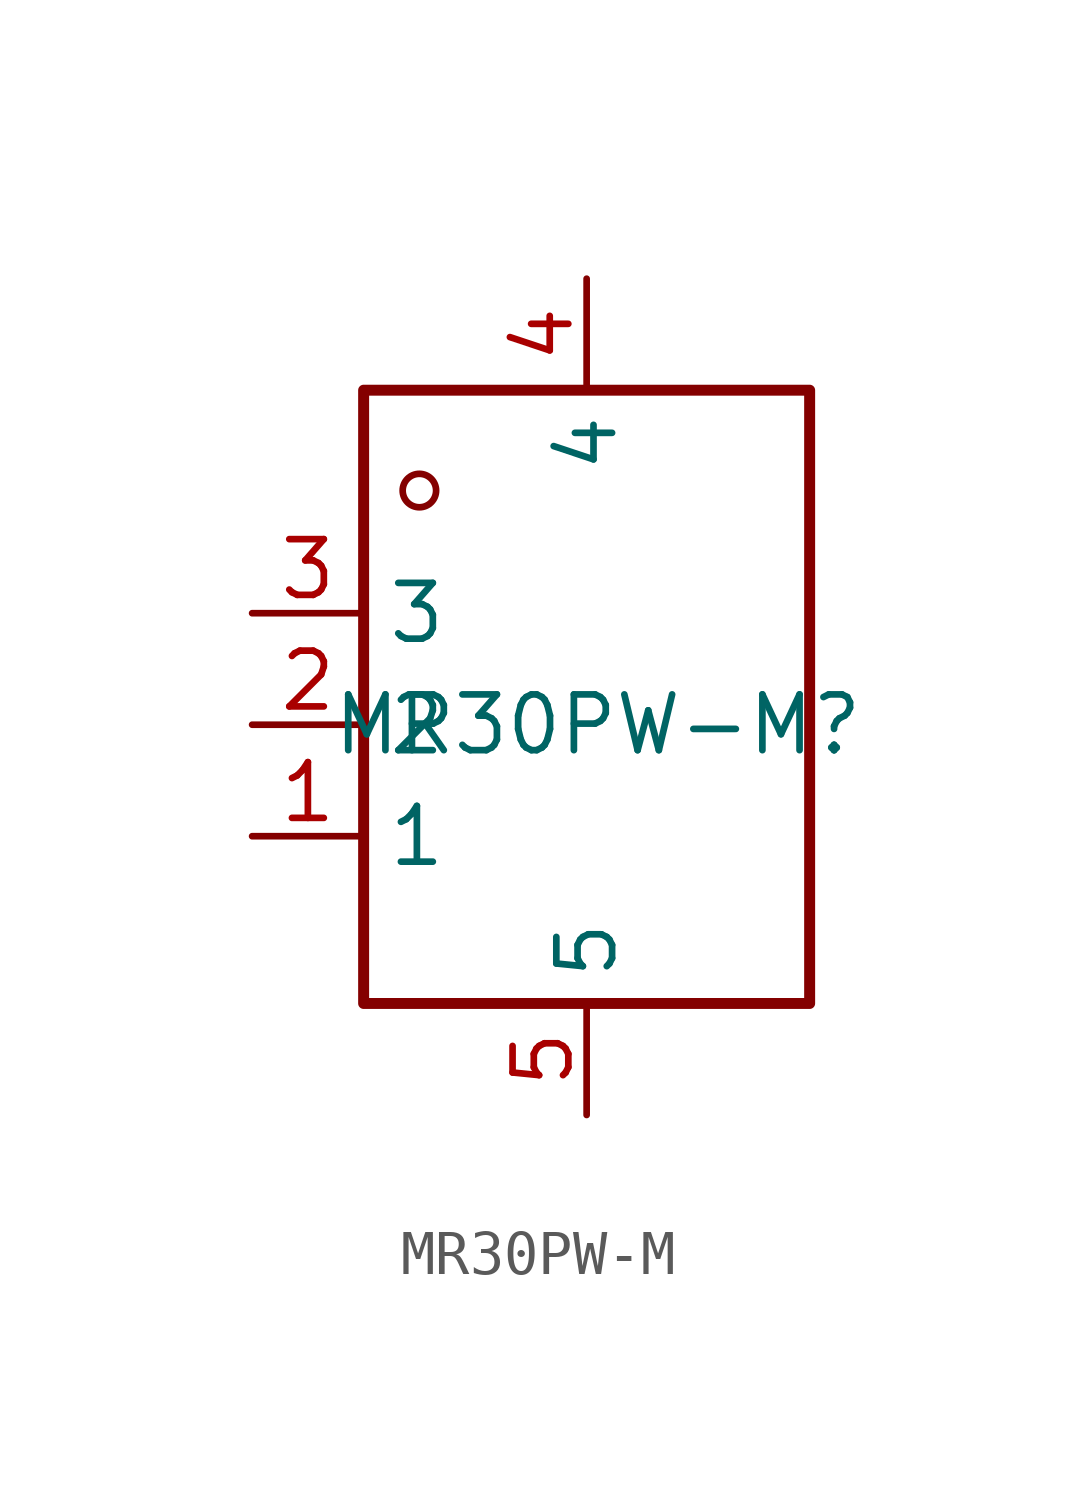
<source format=kicad_sym>
(kicad_symbol_lib
  (version 20241209)
  (generator "kicad_symbol_editor")
  (generator_version "9.0")
  (symbol "MR30PW-M"
    (property "Reference" "MR30PW-M"
      (at 0.254 0 0)
      (effects (font (size 1.27 1.27))))
    (property "Value" ""
      (at 0 0 0)
      (effects (font (size 1.27 1.27))))
    (symbol "MR30PW-M_0_0"
      (pin unspecified line (at -7.62 2.54 0) (length 2.54) (name "3" (effects (font (size 1.27 1.27)))) (number "3" (effects (font (size 1.27 1.27)))))
      (pin unspecified line (at -7.62 0 0) (length 2.54) (name "2" (effects (font (size 1.27 1.27)))) (number "2" (effects (font (size 1.27 1.27)))))
      (pin unspecified line (at -7.62 -2.54 0) (length 2.54) (name "1" (effects (font (size 1.27 1.27)))) (number "1" (effects (font (size 1.27 1.27)))))
      (pin unspecified line (at 0 10.16 270) (length 2.54) (name "4" (effects (font (size 1.27 1.27)))) (number "4" (effects (font (size 1.27 1.27)))))
      (pin unspecified line (at 0 -8.89 90) (length 2.54) (name "5" (effects (font (size 1.27 1.27)))) (number "5" (effects (font (size 1.27 1.27))))))
    (symbol "MR30PW-M_1_1"
      (rectangle (start -5.08 7.62) (end 5.08 -6.35) (stroke (width 0.25) (type solid)) (fill (type none)))
      (circle (center -3.81 5.334) (radius 0.381) (stroke (width 0) (type default)) (fill (type none))))))
</source>
